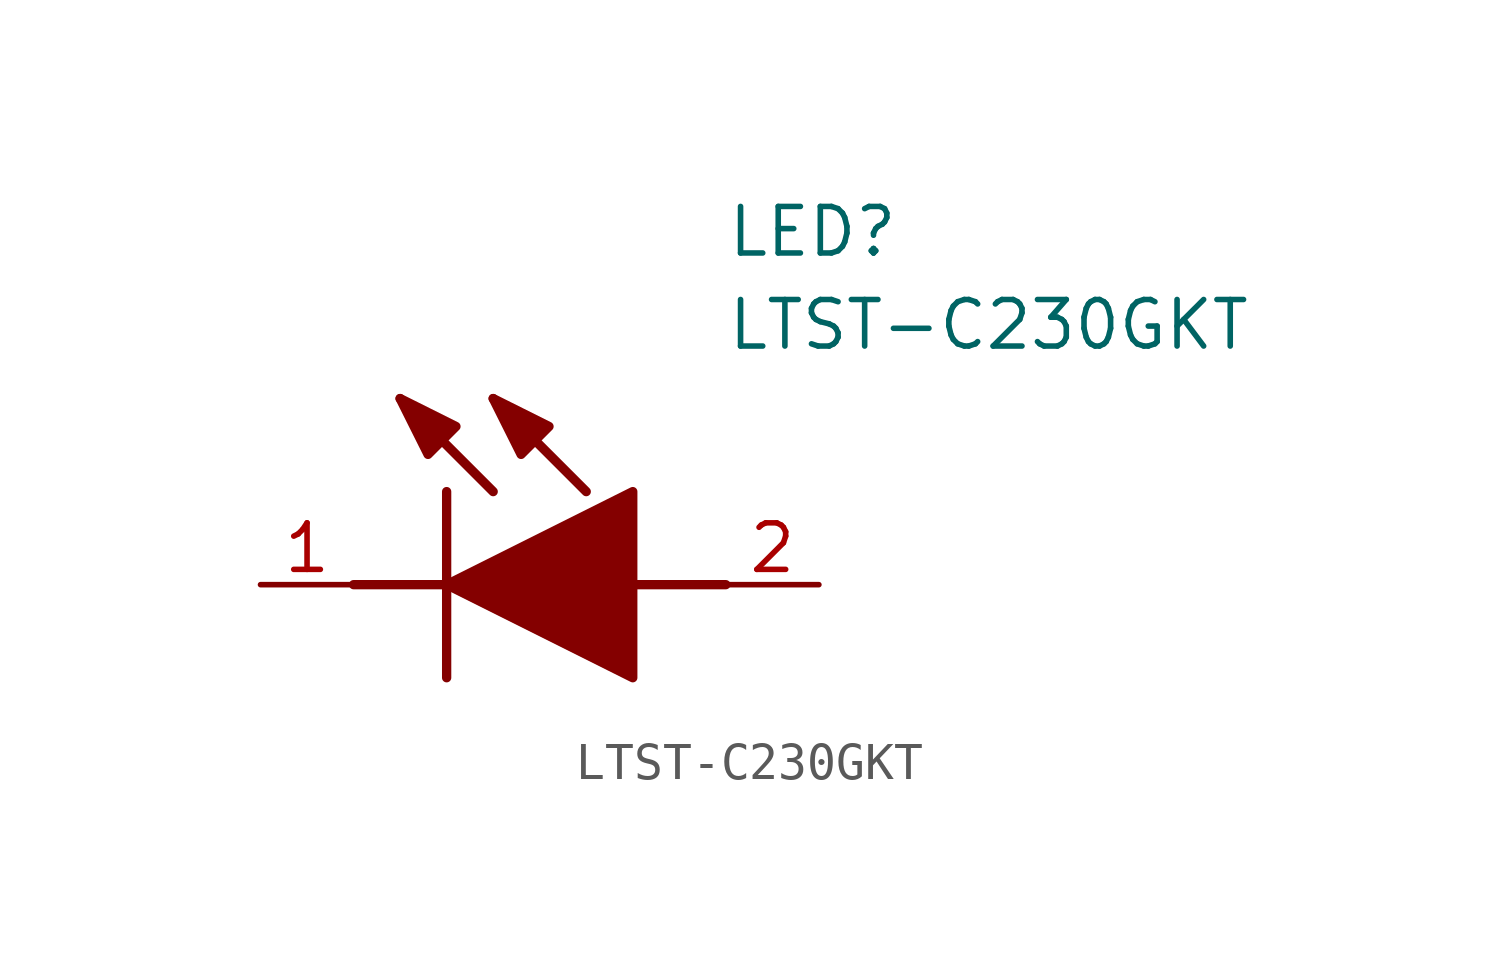
<source format=kicad_sym>
(kicad_symbol_lib
  (version 20211014)
  (generator SamacSys_ECAD_Model)
  (symbol "LTST-C230GKT"
    (pin_names hide)
    (property "Reference" "LED"
      (at 12.7 8.89 0)
      (effects (font (size 1.27 1.27)) (justify left bottom)))
    (property "Value" "LTST-C230GKT"
      (at 12.7 6.35 0)
      (effects (font (size 1.27 1.27)) (justify left bottom)))
    (polyline
      (pts (xy 5.08 2.54) (xy 5.08 -2.54))
      (stroke (width 0.254) (type default))
      (fill (type none)))
    (polyline
      (pts (xy 6.35 2.54) (xy 3.81 5.08))
      (stroke (width 0.254) (type default))
      (fill (type none)))
    (polyline
      (pts (xy 8.89 2.54) (xy 6.35 5.08))
      (stroke (width 0.254) (type default))
      (fill (type none)))
    (polyline
      (pts (xy 2.54 0) (xy 5.08 0))
      (stroke (width 0.254) (type default))
      (fill (type none)))
    (polyline
      (pts (xy 10.16 0) (xy 12.7 0))
      (stroke (width 0.254) (type default))
      (fill (type none)))
    (polyline
      (pts (xy 5.08 0) (xy 10.16 2.54) (xy 10.16 -2.54) (xy 5.08 0))
      (stroke (width 0.254) (type default))
      (fill (type outline)))
    (polyline
      (pts (xy 5.334 4.318) (xy 4.572 3.556) (xy 3.81 5.08) (xy 5.334 4.318))
      (stroke (width 0.254) (type default))
      (fill (type outline)))
    (polyline
      (pts (xy 7.874 4.318) (xy 7.112 3.556) (xy 6.35 5.08) (xy 7.874 4.318))
      (stroke (width 0.254) (type default))
      (fill (type outline)))
    (pin passive line
      (at 0 0 0)
      (length 2.54)
      (name "K" (effects (font (size 1.27 1.27))))
      (number "1" (effects (font (size 1.27 1.27)))))
    (pin passive line
      (at 15.24 0 180)
      (length 2.54)
      (name "A" (effects (font (size 1.27 1.27))))
      (number "2" (effects (font (size 1.27 1.27)))))))
</source>
